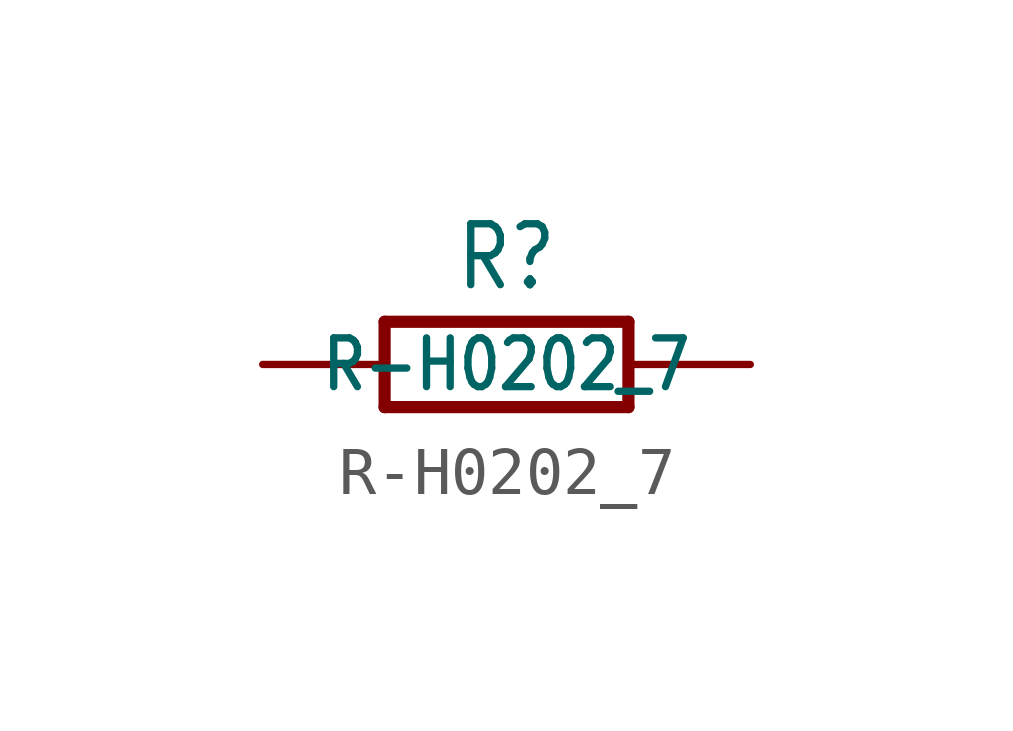
<source format=kicad_sym>
(kicad_symbol_lib
  (version 20201005)
  (generator kicad_symbol_editor)
  (symbol "R-H0202_7"
    (property "Reference" "R"
      (at 0 1.499 0)
      (effects (font (size 1.27 1.079)) (justify bottom)))
    (property "Value" "R-H0202_7"
      (at 0 0 0)
      (effects (font (size 1.016 0.864))))
    (property "ki_locked" ""
      (at 0 0 0)
      (effects (font (size 1.27 1.27))))
    (symbol "R-H0202_7_1_0"
      (polyline (pts (xy -2.54 -0.889) (xy -2.54 0.889)) (stroke (width 0.254)) (fill (type none)))
      (polyline (pts (xy -2.54 -0.889) (xy 2.54 -0.889)) (stroke (width 0.254)) (fill (type none)))
      (polyline (pts (xy 2.54 -0.889) (xy 2.54 0.889)) (stroke (width 0.254)) (fill (type none)))
      (polyline (pts (xy 2.54 0.889) (xy -2.54 0.889)) (stroke (width 0.254)) (fill (type none)))
      (pin passive line (at -5.08 0 0) (length 2.54) (name "1" (effects (font (size 0 0)))) (number "1" (effects (font (size 0 0)))))
      (pin passive line (at 5.08 0 180) (length 2.54) (name "2" (effects (font (size 0 0)))) (number "2" (effects (font (size 0 0))))))))
</source>
